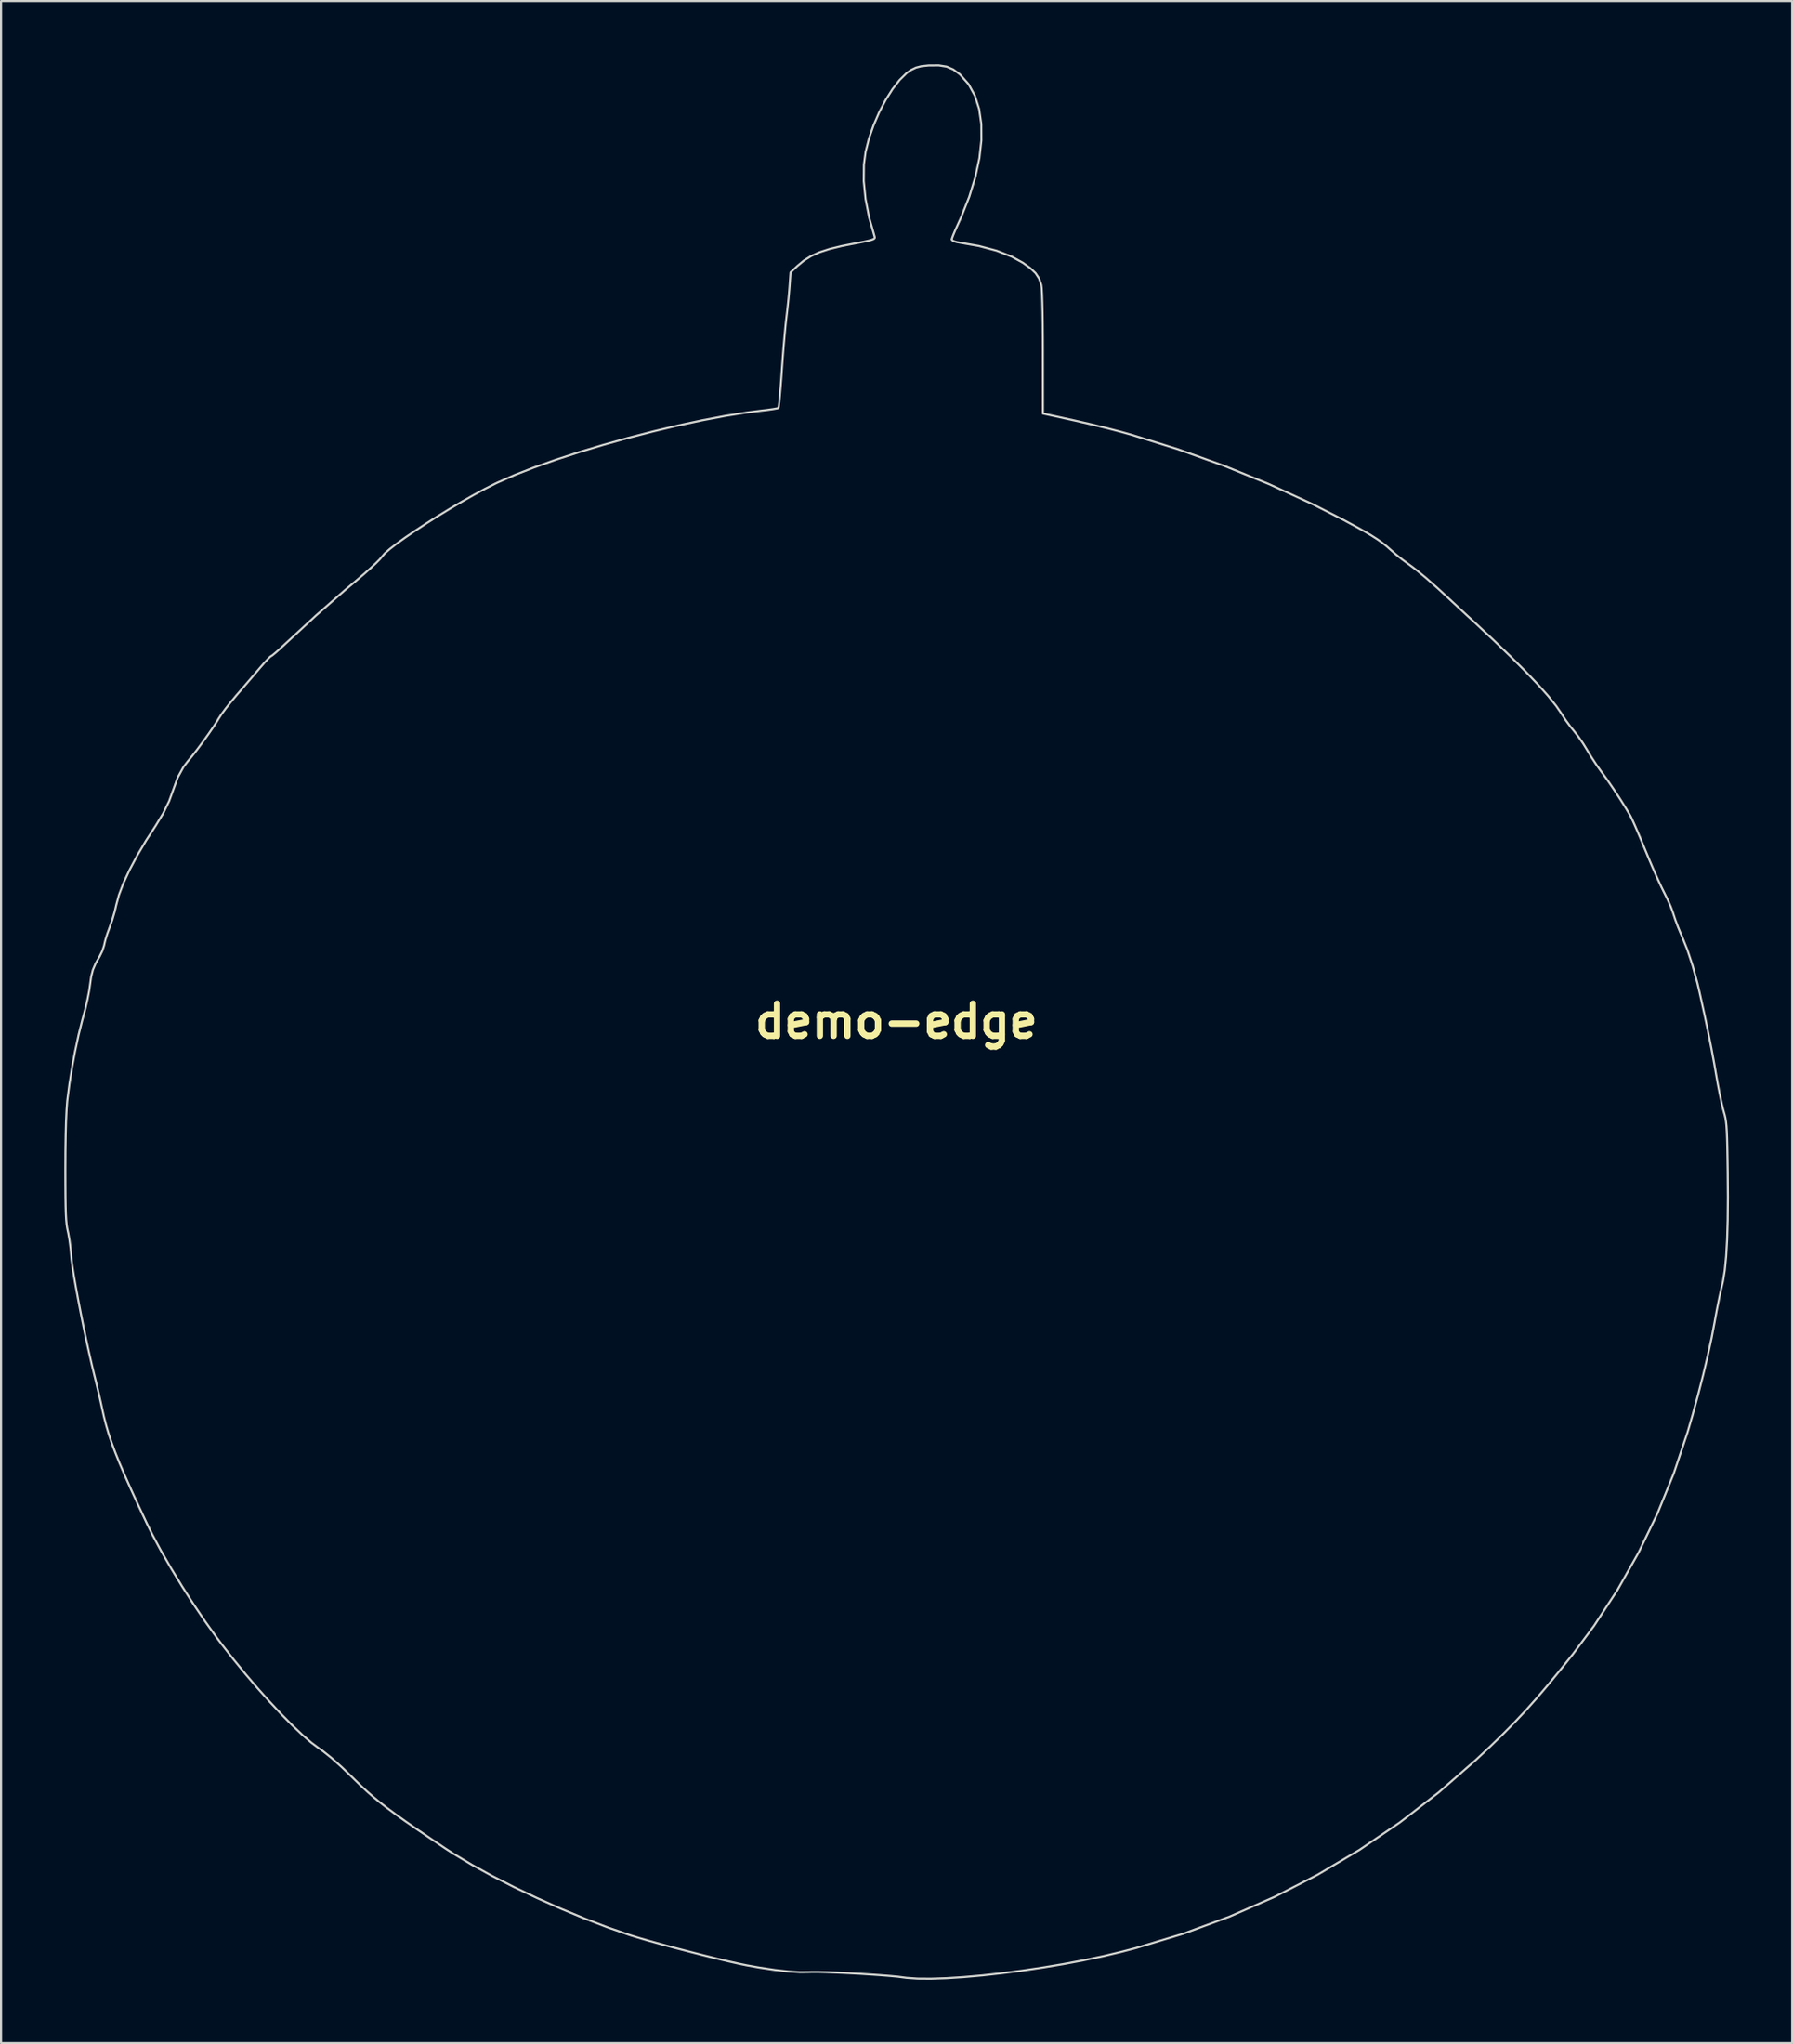
<source format=kicad_pcb>
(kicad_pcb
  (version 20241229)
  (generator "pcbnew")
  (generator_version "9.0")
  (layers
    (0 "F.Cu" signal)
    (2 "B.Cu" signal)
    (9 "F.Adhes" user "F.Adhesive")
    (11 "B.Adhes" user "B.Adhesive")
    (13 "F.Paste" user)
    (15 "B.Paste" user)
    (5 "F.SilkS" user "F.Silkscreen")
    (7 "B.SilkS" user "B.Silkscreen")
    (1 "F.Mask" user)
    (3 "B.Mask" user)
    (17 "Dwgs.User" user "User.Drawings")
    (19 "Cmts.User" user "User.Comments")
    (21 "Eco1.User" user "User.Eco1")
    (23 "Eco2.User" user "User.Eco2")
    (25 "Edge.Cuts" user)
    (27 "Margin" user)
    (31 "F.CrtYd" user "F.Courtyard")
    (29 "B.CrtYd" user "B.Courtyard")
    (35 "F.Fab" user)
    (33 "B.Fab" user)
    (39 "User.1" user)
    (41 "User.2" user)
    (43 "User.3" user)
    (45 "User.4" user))
  (footprint "demo-edge"
    (layer "F.Cu")
    (at 39.463 45.374)
    (property "Reference" "demo-edge" (at 0 0 0) (layer "F.SilkS") (effects (font (size 1.524 1.524) (thickness 0.3))))
    (attr board_only exclude_from_pos_files exclude_from_bom)
    (fp_poly (pts (xy 2.382 -45.265) (xy 2.696 -45.131) (xy 2.995 -44.912) (xy 3.029 -44.882) (xy 3.426 -44.431) (xy 3.725 -43.886) (xy 3.925 -43.255) (xy 4.028 -42.547) (xy 4.032 -41.769) (xy 3.939 -40.929) (xy 3.748 -40.037) (xy 3.459 -39.099) (xy 3.073 -38.124) (xy 2.916 -37.778) (xy 2.79 -37.501) (xy 2.692 -37.267) (xy 2.634 -37.109) (xy 2.625 -37.066) (xy 2.692 -36.997) (xy 2.874 -36.942) (xy 2.962 -36.927) (xy 3.922 -36.757) (xy 4.761 -36.533) (xy 5.476 -36.254) (xy 5.995 -35.967) (xy 6.353 -35.712) (xy 6.602 -35.475) (xy 6.765 -35.229) (xy 6.867 -34.943) (xy 6.878 -34.9) (xy 6.895 -34.752) (xy 6.911 -34.477) (xy 6.924 -34.087) (xy 6.936 -33.596) (xy 6.944 -33.019) (xy 6.949 -32.369) (xy 6.951 -31.702) (xy 6.953 -28.815) (xy 7.503 -28.696) (xy 8.455 -28.486) (xy 9.286 -28.294) (xy 10.018 -28.115) (xy 10.671 -27.945) (xy 11.139 -27.814) (xy 13.348 -27.126) (xy 15.533 -26.343) (xy 17.664 -25.474) (xy 19.713 -24.534) (xy 21.134 -23.811) (xy 21.695 -23.51) (xy 22.148 -23.259) (xy 22.513 -23.045) (xy 22.808 -22.857) (xy 23.055 -22.682) (xy 23.272 -22.508) (xy 23.441 -22.357) (xy 23.704 -22.128) (xy 24.002 -21.89) (xy 24.194 -21.749) (xy 24.635 -21.421) (xy 25.13 -21.014) (xy 25.694 -20.515) (xy 26.048 -20.189) (xy 26.35 -19.908) (xy 26.709 -19.574) (xy 27.08 -19.231) (xy 27.392 -18.944) (xy 28.308 -18.089) (xy 29.12 -17.308) (xy 29.826 -16.603) (xy 30.424 -15.976) (xy 30.912 -15.428) (xy 31.289 -14.96) (xy 31.554 -14.575) (xy 31.573 -14.544) (xy 31.747 -14.276) (xy 31.965 -13.978) (xy 32.139 -13.764) (xy 32.343 -13.503) (xy 32.566 -13.181) (xy 32.761 -12.865) (xy 32.774 -12.842) (xy 32.97 -12.517) (xy 33.208 -12.155) (xy 33.44 -11.829) (xy 33.462 -11.801) (xy 33.726 -11.438) (xy 34.027 -10.998) (xy 34.336 -10.526) (xy 34.621 -10.07) (xy 34.807 -9.756) (xy 34.883 -9.604) (xy 35 -9.346) (xy 35.149 -9.005) (xy 35.318 -8.607) (xy 35.496 -8.176) (xy 35.535 -8.081) (xy 35.727 -7.619) (xy 35.925 -7.158) (xy 36.115 -6.732) (xy 36.282 -6.372) (xy 36.412 -6.109) (xy 36.42 -6.094) (xy 36.579 -5.773) (xy 36.726 -5.44) (xy 36.834 -5.152) (xy 36.857 -5.078) (xy 36.943 -4.816) (xy 37.067 -4.485) (xy 37.208 -4.144) (xy 37.255 -4.039) (xy 37.514 -3.393) (xy 37.764 -2.637) (xy 37.992 -1.805) (xy 38.1 -1.347) (xy 38.313 -0.383) (xy 38.494 0.475) (xy 38.65 1.258) (xy 38.788 1.998) (xy 38.884 2.554) (xy 38.963 3.001) (xy 39.048 3.439) (xy 39.131 3.833) (xy 39.204 4.146) (xy 39.244 4.292) (xy 39.286 4.44) (xy 39.32 4.59) (xy 39.347 4.76) (xy 39.369 4.968) (xy 39.386 5.232) (xy 39.399 5.568) (xy 39.41 5.995) (xy 39.42 6.53) (xy 39.429 7.13) (xy 39.438 8.341) (xy 39.428 9.414) (xy 39.4 10.349) (xy 39.354 11.146) (xy 39.29 11.803) (xy 39.208 12.32) (xy 39.161 12.523) (xy 39.096 12.794) (xy 39.016 13.166) (xy 38.93 13.597) (xy 38.846 14.047) (xy 38.807 14.266) (xy 38.667 15.003) (xy 38.485 15.842) (xy 38.269 16.751) (xy 38.026 17.699) (xy 37.766 18.654) (xy 37.527 19.476) (xy 36.872 21.433) (xy 36.094 23.344) (xy 35.199 25.195) (xy 34.195 26.974) (xy 33.087 28.667) (xy 32.089 30.004) (xy 31.459 30.792) (xy 30.888 31.486) (xy 30.356 32.11) (xy 29.841 32.687) (xy 29.321 33.239) (xy 28.776 33.791) (xy 28.184 34.366) (xy 27.524 34.986) (xy 27.49 35.018) (xy 25.722 36.562) (xy 23.88 37.985) (xy 21.965 39.286) (xy 19.979 40.465) (xy 17.922 41.521) (xy 15.796 42.453) (xy 13.602 43.262) (xy 11.341 43.945) (xy 10.678 44.119) (xy 9.806 44.326) (xy 8.882 44.52) (xy 7.924 44.701) (xy 6.948 44.865) (xy 5.97 45.01) (xy 5.007 45.135) (xy 4.076 45.239) (xy 3.193 45.318) (xy 2.376 45.371) (xy 1.64 45.396) (xy 1.002 45.391) (xy 0.479 45.354) (xy 0.319 45.332) (xy 0.066 45.299) (xy -0.296 45.265) (xy -0.741 45.229) (xy -1.243 45.194) (xy -1.776 45.16) (xy -2.315 45.131) (xy -2.832 45.106) (xy -3.303 45.087) (xy -3.702 45.076) (xy -4.002 45.075) (xy -4.134 45.08) (xy -4.568 45.086) (xy -5.119 45.051) (xy -5.77 44.977) (xy -6.501 44.867) (xy -7.095 44.761) (xy -7.489 44.679) (xy -7.992 44.565) (xy -8.576 44.425) (xy -9.215 44.266) (xy -9.88 44.096) (xy -10.545 43.922) (xy -11.182 43.75) (xy -11.763 43.588) (xy -12.262 43.443) (xy -12.629 43.329) (xy -13.692 42.96) (xy -14.798 42.536) (xy -15.923 42.069) (xy -17.043 41.57) (xy -18.134 41.05) (xy -19.172 40.521) (xy -20.132 39.993) (xy -20.99 39.479) (xy -21.391 39.219) (xy -22.127 38.724) (xy -22.757 38.295) (xy -23.296 37.922) (xy -23.757 37.593) (xy -24.156 37.297) (xy -24.506 37.025) (xy -24.821 36.765) (xy -25.115 36.506) (xy -25.403 36.238) (xy -25.698 35.95) (xy -25.746 35.902) (xy -26.3 35.366) (xy -26.791 34.927) (xy -27.21 34.593) (xy -27.389 34.469) (xy -27.746 34.204) (xy -28.17 33.836) (xy -28.651 33.38) (xy -29.174 32.849) (xy -29.727 32.257) (xy -30.297 31.618) (xy -30.872 30.945) (xy -31.438 30.253) (xy -31.983 29.555) (xy -32.226 29.231) (xy -32.776 28.464) (xy -33.335 27.637) (xy -33.884 26.781) (xy -34.406 25.923) (xy -34.883 25.093) (xy -35.297 24.32) (xy -35.546 23.814) (xy -35.953 22.946) (xy -36.301 22.189) (xy -36.595 21.528) (xy -36.843 20.949) (xy -37.05 20.435) (xy -37.221 19.973) (xy -37.364 19.548) (xy -37.482 19.143) (xy -37.584 18.744) (xy -37.65 18.447) (xy -37.744 18.019) (xy -37.857 17.528) (xy -37.972 17.046) (xy -38.038 16.782) (xy -38.16 16.278) (xy -38.29 15.708) (xy -38.424 15.092) (xy -38.558 14.453) (xy -38.687 13.811) (xy -38.807 13.187) (xy -38.915 12.603) (xy -39.006 12.079) (xy -39.076 11.637) (xy -39.122 11.298) (xy -39.136 11.139) (xy -39.167 10.768) (xy -39.217 10.379) (xy -39.276 10.042) (xy -39.293 9.968) (xy -39.326 9.81) (xy -39.353 9.63) (xy -39.374 9.41) (xy -39.389 9.136) (xy -39.4 8.789) (xy -39.407 8.353) (xy -39.411 7.812) (xy -39.413 7.148) (xy -39.413 7.024) (xy -39.409 6.172) (xy -39.398 5.412) (xy -39.381 4.756) (xy -39.356 4.216) (xy -39.326 3.804) (xy -39.318 3.725) (xy -39.222 2.984) (xy -39.096 2.193) (xy -38.947 1.398) (xy -38.785 0.642) (xy -38.617 -0.029) (xy -38.566 -0.213) (xy -38.458 -0.619) (xy -38.361 -1.045) (xy -38.285 -1.437) (xy -38.246 -1.71) (xy -38.19 -2.113) (xy -38.108 -2.437) (xy -37.976 -2.744) (xy -37.783 -3.085) (xy -37.662 -3.331) (xy -37.577 -3.591) (xy -37.564 -3.653) (xy -37.515 -3.86) (xy -37.428 -4.14) (xy -37.32 -4.437) (xy -37.308 -4.468) (xy -37.186 -4.815) (xy -37.073 -5.201) (xy -36.998 -5.522) (xy -36.871 -5.993) (xy -36.658 -6.551) (xy -36.367 -7.177) (xy -36.008 -7.854) (xy -35.589 -8.564) (xy -35.12 -9.289) (xy -35.118 -9.293) (xy -34.773 -9.86) (xy -34.49 -10.442) (xy -34.301 -10.965) (xy -34.085 -11.559) (xy -33.807 -12.066) (xy -33.605 -12.33) (xy -33.405 -12.57) (xy -33.159 -12.888) (xy -32.891 -13.248) (xy -32.627 -13.617) (xy -32.39 -13.961) (xy -32.206 -14.245) (xy -32.144 -14.35) (xy -32.015 -14.549) (xy -31.816 -14.819) (xy -31.575 -15.126) (xy -31.315 -15.437) (xy -31.287 -15.47) (xy -30.997 -15.806) (xy -30.689 -16.164) (xy -30.401 -16.5) (xy -30.179 -16.762) (xy -29.979 -16.992) (xy -29.811 -17.175) (xy -29.695 -17.288) (xy -29.658 -17.312) (xy -29.588 -17.358) (xy -29.436 -17.484) (xy -29.223 -17.673) (xy -28.97 -17.907) (xy -28.901 -17.971) (xy -27.53 -19.236) (xy -26.175 -20.424) (xy -25.585 -20.921) (xy -25.247 -21.21) (xy -24.939 -21.484) (xy -24.681 -21.724) (xy -24.494 -21.913) (xy -24.397 -22.031) (xy -24.397 -22.031) (xy -24.266 -22.183) (xy -24.026 -22.393) (xy -23.693 -22.651) (xy -23.281 -22.946) (xy -22.806 -23.27) (xy -22.284 -23.612) (xy -21.73 -23.963) (xy -21.159 -24.312) (xy -20.587 -24.649) (xy -20.03 -24.965) (xy -19.502 -25.25) (xy -19.02 -25.494) (xy -18.908 -25.547) (xy -18.103 -25.9) (xy -17.179 -26.261) (xy -16.157 -26.623) (xy -15.059 -26.981) (xy -13.907 -27.329) (xy -12.723 -27.661) (xy -11.529 -27.97) (xy -10.345 -28.252) (xy -9.196 -28.499) (xy -8.101 -28.707) (xy -7.082 -28.868) (xy -6.421 -28.952) (xy -6.102 -28.99) (xy -5.838 -29.028) (xy -5.658 -29.061) (xy -5.595 -29.081) (xy -5.577 -29.161) (xy -5.553 -29.363) (xy -5.524 -29.667) (xy -5.491 -30.053) (xy -5.456 -30.502) (xy -5.431 -30.863) (xy -5.393 -31.401) (xy -5.351 -31.941) (xy -5.307 -32.453) (xy -5.266 -32.903) (xy -5.229 -33.258) (xy -5.214 -33.382) (xy -5.166 -33.795) (xy -5.118 -34.248) (xy -5.08 -34.668) (xy -5.067 -34.836) (xy -5.019 -35.51) (xy -4.691 -35.815) (xy -4.383 -36.07) (xy -4.044 -36.282) (xy -3.649 -36.46) (xy -3.175 -36.614) (xy -2.598 -36.755) (xy -2.177 -36.839) (xy -1.744 -36.922) (xy -1.432 -36.986) (xy -1.222 -37.036) (xy -1.096 -37.08) (xy -1.036 -37.121) (xy -1.023 -37.168) (xy -1.033 -37.21) (xy -1.29 -38.108) (xy -1.462 -38.991) (xy -1.546 -39.836) (xy -1.539 -40.619) (xy -1.459 -41.224) (xy -1.3 -41.851) (xy -1.08 -42.484) (xy -0.813 -43.101) (xy -0.509 -43.68) (xy -0.182 -44.198) (xy 0.157 -44.633) (xy 0.494 -44.964) (xy 0.695 -45.105) (xy 0.928 -45.217) (xy 1.185 -45.284) (xy 1.523 -45.32) (xy 1.553 -45.321) (xy 2.014 -45.324)) (stroke (width 0.1) (type solid)) (fill no) (layer "Edge.Cuts")))
  (gr_rect
    (start -3 -3)
    (end 81.95 93.82)
    (stroke (width 0.1) (type default))
    (fill no)
    (layer "Edge.Cuts")))
</source>
